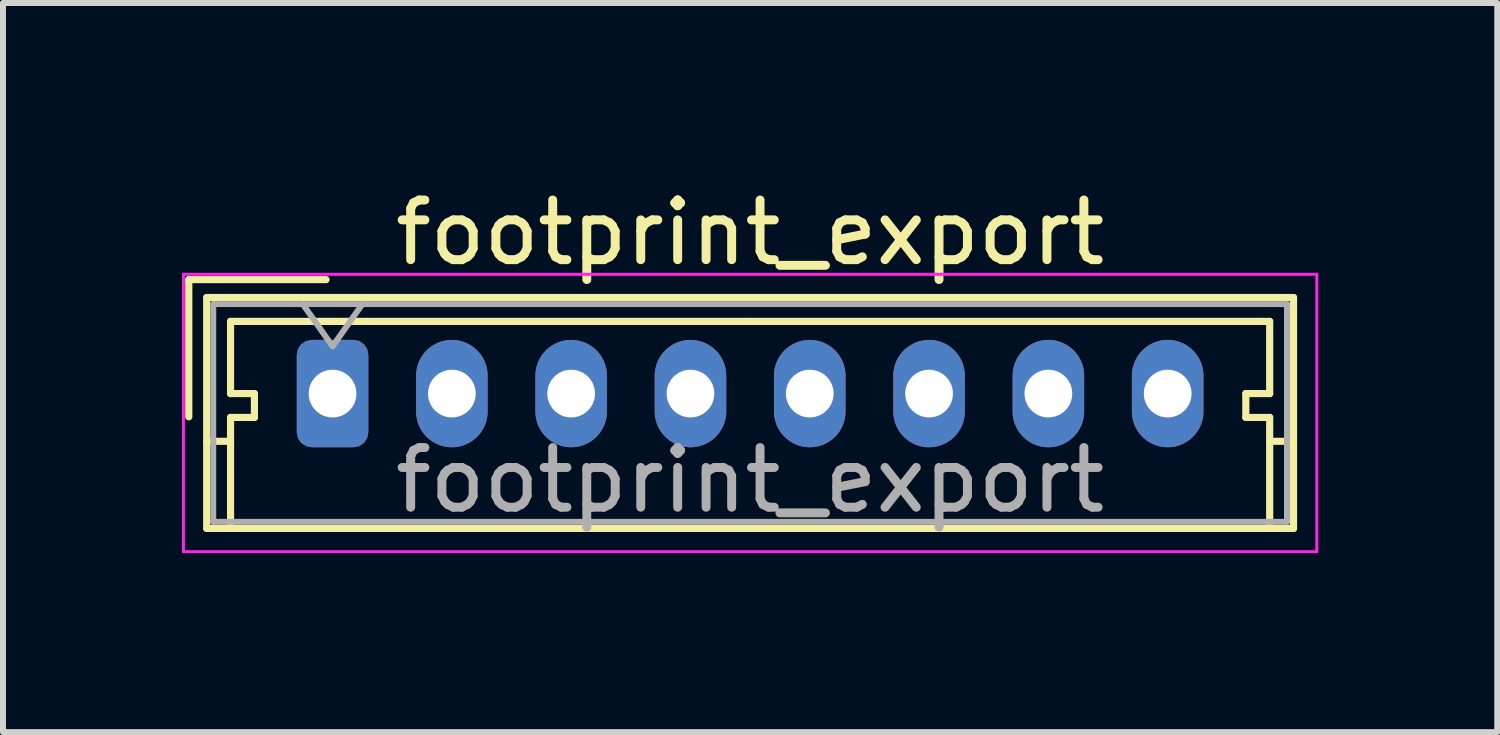
<source format=kicad_pcb>
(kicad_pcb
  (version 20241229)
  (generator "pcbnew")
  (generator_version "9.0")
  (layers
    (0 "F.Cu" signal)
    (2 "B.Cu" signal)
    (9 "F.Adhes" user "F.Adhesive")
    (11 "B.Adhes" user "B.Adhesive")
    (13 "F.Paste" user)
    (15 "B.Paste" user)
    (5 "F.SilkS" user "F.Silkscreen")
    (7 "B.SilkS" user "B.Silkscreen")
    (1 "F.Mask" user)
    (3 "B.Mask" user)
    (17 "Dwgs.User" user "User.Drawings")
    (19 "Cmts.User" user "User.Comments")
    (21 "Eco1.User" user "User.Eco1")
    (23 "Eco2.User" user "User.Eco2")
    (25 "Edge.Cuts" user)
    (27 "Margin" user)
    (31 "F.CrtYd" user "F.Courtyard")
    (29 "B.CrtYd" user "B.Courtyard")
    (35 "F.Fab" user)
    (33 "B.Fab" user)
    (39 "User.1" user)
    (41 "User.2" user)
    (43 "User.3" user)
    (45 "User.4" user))
  (footprint "footprint_export"
    (layer "F.Cu")
    (at 2.525 3.548)
    (property "Reference" "footprint_export" (at 7 -2.7 0) (layer "F.SilkS") (effects (font (size 1 1) (thickness 0.15))))
    (attr through_hole)
    (fp_line (start -2.41 -1.91) (end -2.41 0.39) (stroke (width 0.12) (type solid)) (layer "F.SilkS"))
    (fp_line (start -2.11 -1.61) (end -2.11 2.26) (stroke (width 0.12) (type solid)) (layer "F.SilkS"))
    (fp_line (start -2.11 0.8) (end -1.71 0.8) (stroke (width 0.12) (type solid)) (layer "F.SilkS"))
    (fp_line (start -2.11 2.26) (end 16.11 2.26) (stroke (width 0.12) (type solid)) (layer "F.SilkS"))
    (fp_line (start -1.71 -1.21) (end -1.71 0) (stroke (width 0.12) (type solid)) (layer "F.SilkS"))
    (fp_line (start -1.71 0) (end -1.31 0) (stroke (width 0.12) (type solid)) (layer "F.SilkS"))
    (fp_line (start -1.71 0.4) (end -1.71 2.26) (stroke (width 0.12) (type solid)) (layer "F.SilkS"))
    (fp_line (start -1.31 0) (end -1.31 0.4) (stroke (width 0.12) (type solid)) (layer "F.SilkS"))
    (fp_line (start -1.31 0.4) (end -1.71 0.4) (stroke (width 0.12) (type solid)) (layer "F.SilkS"))
    (fp_line (start -0.11 -1.91) (end -2.41 -1.91) (stroke (width 0.12) (type solid)) (layer "F.SilkS"))
    (fp_line (start 7 -1.21) (end -1.71 -1.21) (stroke (width 0.12) (type solid)) (layer "F.SilkS"))
    (fp_line (start 7 -1.21) (end 15.71 -1.21) (stroke (width 0.12) (type solid)) (layer "F.SilkS"))
    (fp_line (start 15.31 0) (end 15.31 0.4) (stroke (width 0.12) (type solid)) (layer "F.SilkS"))
    (fp_line (start 15.31 0.4) (end 15.71 0.4) (stroke (width 0.12) (type solid)) (layer "F.SilkS"))
    (fp_line (start 15.71 -1.21) (end 15.71 0) (stroke (width 0.12) (type solid)) (layer "F.SilkS"))
    (fp_line (start 15.71 0) (end 15.31 0) (stroke (width 0.12) (type solid)) (layer "F.SilkS"))
    (fp_line (start 15.71 0.4) (end 15.71 2.26) (stroke (width 0.12) (type solid)) (layer "F.SilkS"))
    (fp_line (start 16.11 -1.61) (end -2.11 -1.61) (stroke (width 0.12) (type solid)) (layer "F.SilkS"))
    (fp_line (start 16.11 0.8) (end 15.71 0.8) (stroke (width 0.12) (type solid)) (layer "F.SilkS"))
    (fp_line (start 16.11 2.26) (end 16.11 -1.61) (stroke (width 0.12) (type solid)) (layer "F.SilkS"))
    (fp_line (start -2.5 -2) (end -2.5 2.65) (stroke (width 0.05) (type solid)) (layer "F.CrtYd"))
    (fp_line (start -2.5 2.65) (end 16.5 2.65) (stroke (width 0.05) (type solid)) (layer "F.CrtYd"))
    (fp_line (start 16.5 -2) (end -2.5 -2) (stroke (width 0.05) (type solid)) (layer "F.CrtYd"))
    (fp_line (start 16.5 2.65) (end 16.5 -2) (stroke (width 0.05) (type solid)) (layer "F.CrtYd"))
    (fp_line (start -2 -1.5) (end -2 2.15) (stroke (width 0.1) (type solid)) (layer "F.Fab"))
    (fp_line (start -2 2.15) (end 16 2.15) (stroke (width 0.1) (type solid)) (layer "F.Fab"))
    (fp_line (start -0.5 -1.5) (end 0 -0.793) (stroke (width 0.1) (type solid)) (layer "F.Fab"))
    (fp_line (start 0 -0.793) (end 0.5 -1.5) (stroke (width 0.1) (type solid)) (layer "F.Fab"))
    (fp_line (start 16 -1.5) (end -2 -1.5) (stroke (width 0.1) (type solid)) (layer "F.Fab"))
    (fp_line (start 16 2.15) (end 16 -1.5) (stroke (width 0.1) (type solid)) (layer "F.Fab"))
    (fp_text user "${REFERENCE}" (at 7 1.45 0) (layer "F.Fab") (effects (font (size 1 1) (thickness 0.15))))
    (pad "1" thru_hole roundrect (at 0 0) (size 1.2 1.8) (drill 0.8) (layers "*.Cu" "*.Mask") (roundrect_rratio 0.208))
    (pad "2" thru_hole oval (at 2 0) (size 1.2 1.8) (drill 0.8) (layers "*.Cu" "*.Mask"))
    (pad "3" thru_hole oval (at 4 0) (size 1.2 1.8) (drill 0.8) (layers "*.Cu" "*.Mask"))
    (pad "4" thru_hole oval (at 6 0) (size 1.2 1.8) (drill 0.8) (layers "*.Cu" "*.Mask"))
    (pad "5" thru_hole oval (at 8 0) (size 1.2 1.8) (drill 0.8) (layers "*.Cu" "*.Mask"))
    (pad "6" thru_hole oval (at 10 0) (size 1.2 1.8) (drill 0.8) (layers "*.Cu" "*.Mask"))
    (pad "7" thru_hole oval (at 12 0) (size 1.2 1.8) (drill 0.8) (layers "*.Cu" "*.Mask"))
    (pad "8" thru_hole oval (at 14 0) (size 1.2 1.8) (drill 0.8) (layers "*.Cu" "*.Mask")))
  (gr_rect
    (start -3 -3)
    (end 22.05 9.223)
    (stroke (width 0.1) (type default))
    (fill no)
    (layer "Edge.Cuts")))
</source>
